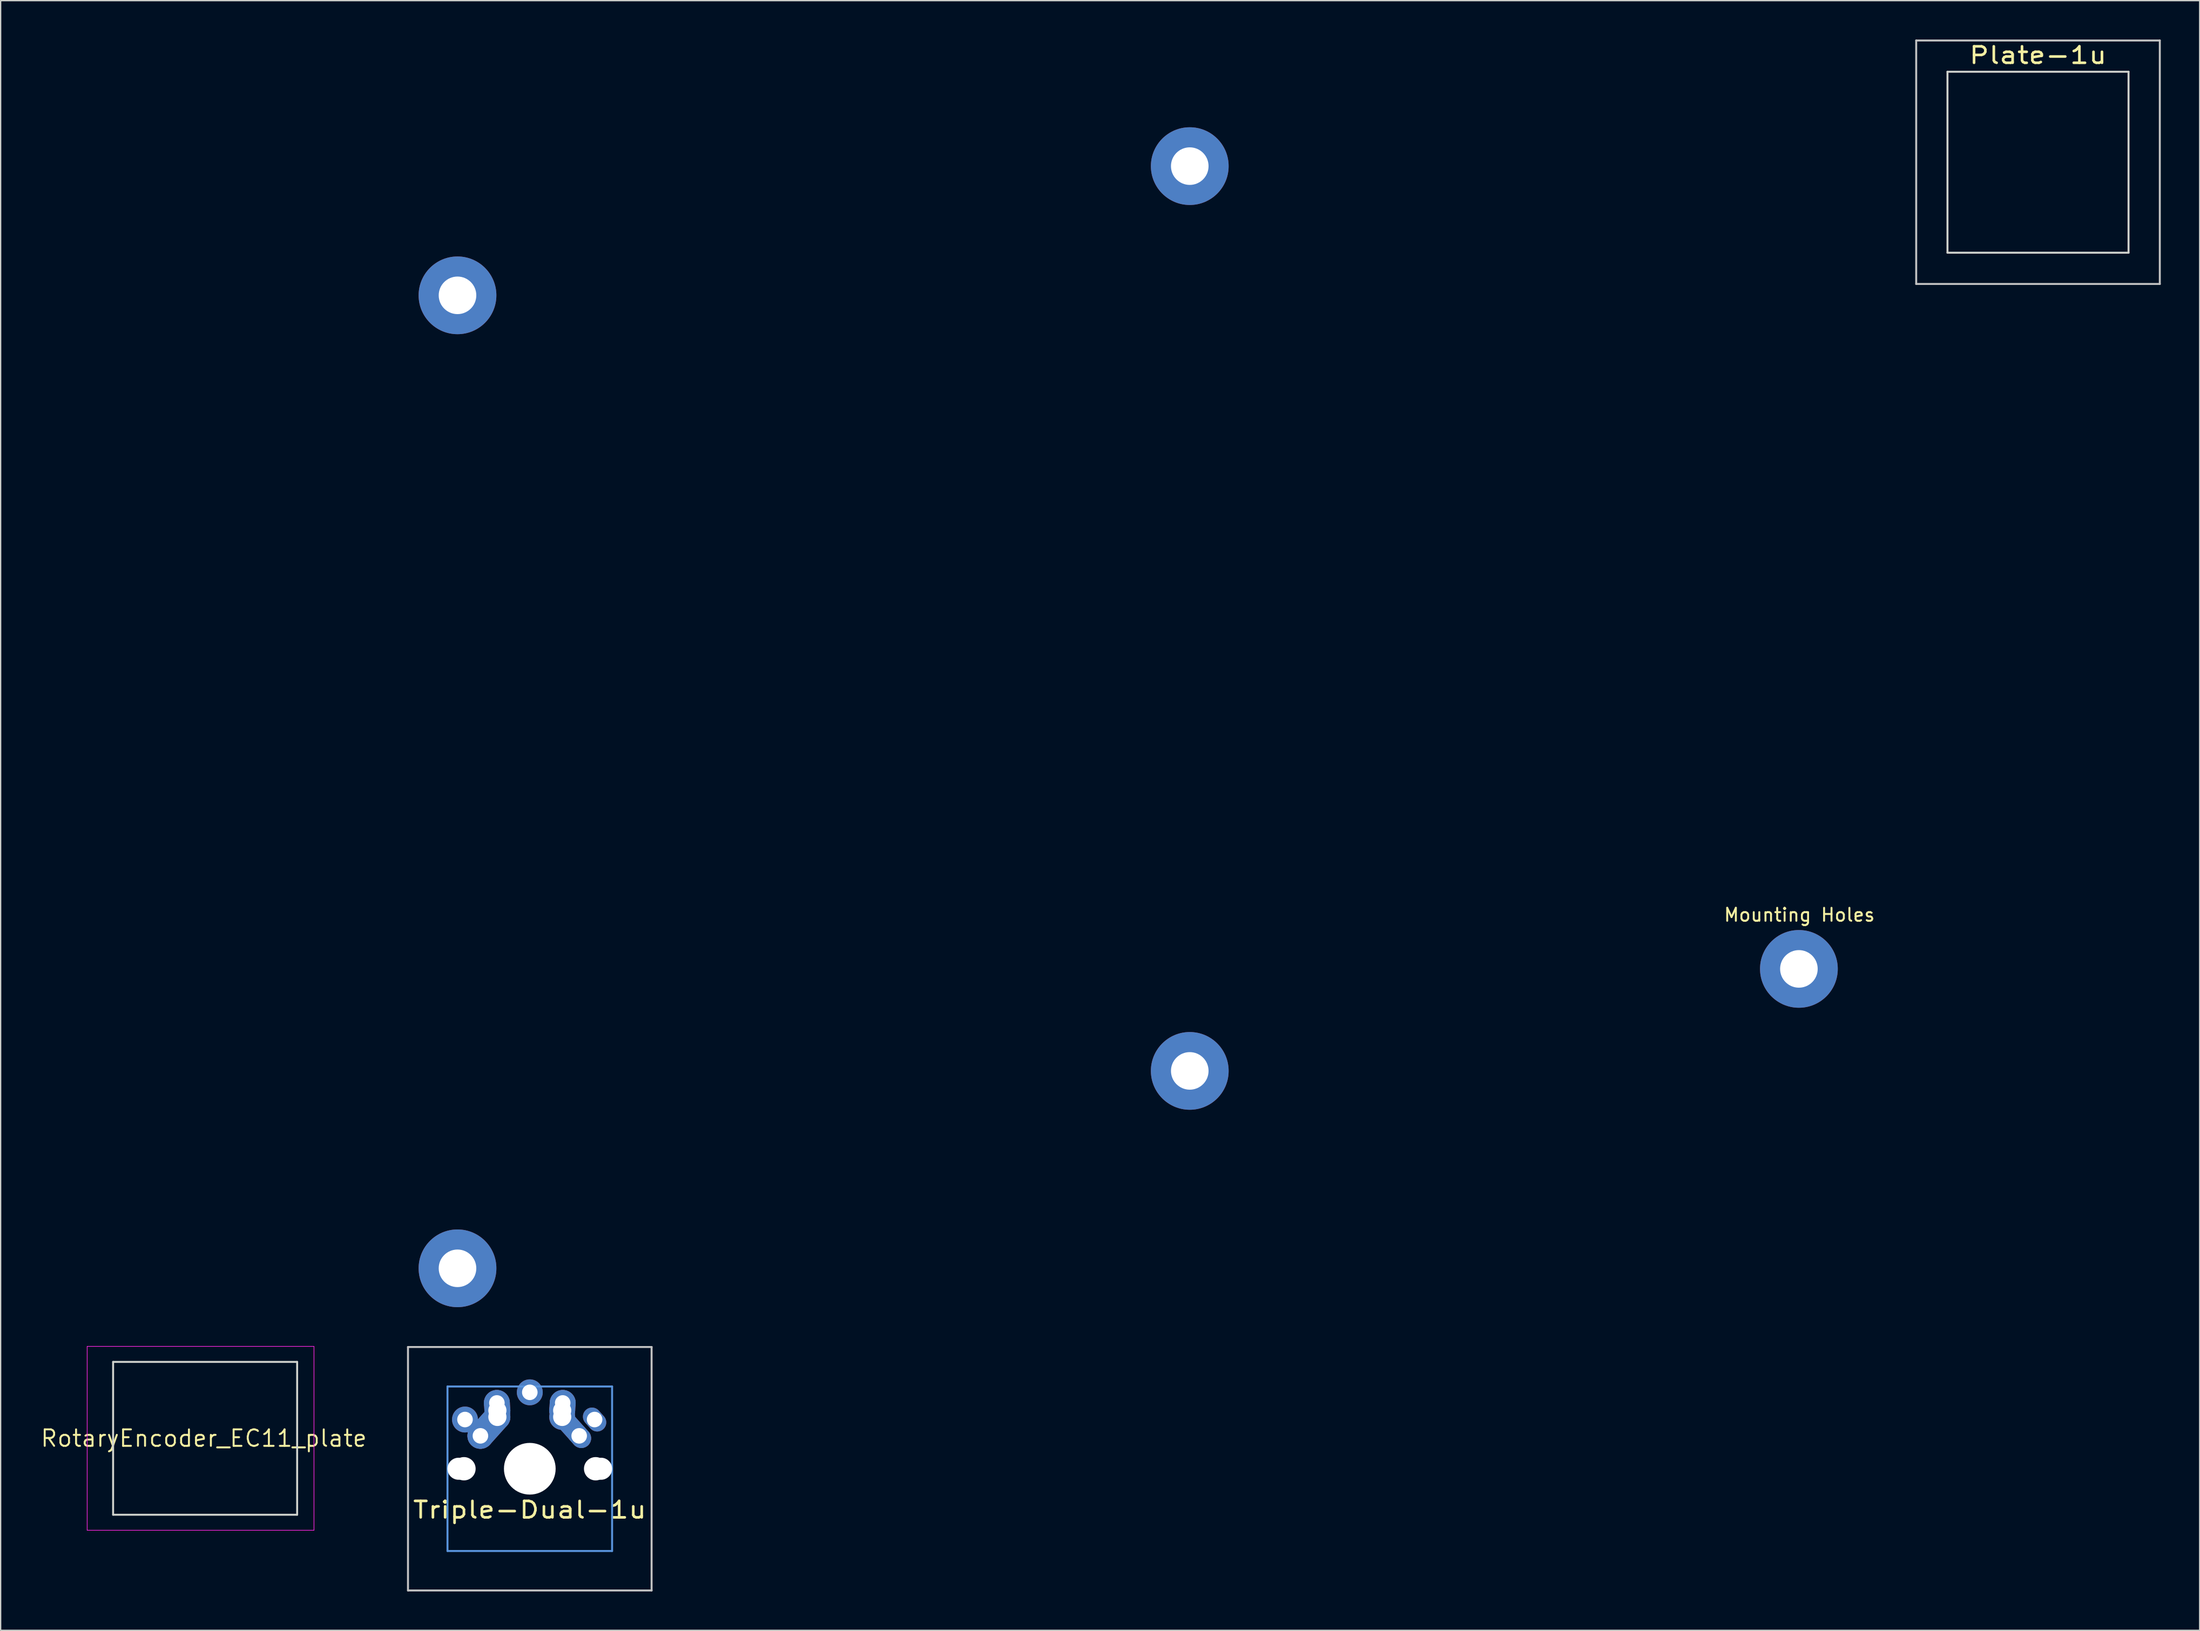
<source format=kicad_pcb>
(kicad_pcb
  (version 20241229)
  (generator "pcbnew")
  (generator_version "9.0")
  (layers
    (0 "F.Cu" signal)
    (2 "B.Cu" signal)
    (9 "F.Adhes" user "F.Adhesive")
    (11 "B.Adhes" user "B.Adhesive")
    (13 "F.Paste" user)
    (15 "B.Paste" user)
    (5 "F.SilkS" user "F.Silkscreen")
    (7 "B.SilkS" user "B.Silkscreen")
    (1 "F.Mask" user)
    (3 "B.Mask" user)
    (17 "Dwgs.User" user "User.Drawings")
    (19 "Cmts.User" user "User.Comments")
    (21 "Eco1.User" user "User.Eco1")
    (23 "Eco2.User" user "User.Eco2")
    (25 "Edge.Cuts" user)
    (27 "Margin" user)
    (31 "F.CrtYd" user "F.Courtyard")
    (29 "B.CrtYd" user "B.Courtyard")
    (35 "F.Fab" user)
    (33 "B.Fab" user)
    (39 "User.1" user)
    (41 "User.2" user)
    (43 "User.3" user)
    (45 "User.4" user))
  (footprint "Mounting Holes"
    (layer "F.Cu")
    (at 0.25 0.25)
    (property "Reference" "Mounting Holes" (at 135.54 67.33 0) (layer "F.SilkS") (effects (font (size 1 1) (thickness 0.15))))
    (attr through_hole)
    (pad "1" thru_hole circle (at 32 19.5) (size 6 6) (drill 2.9) (layers "*.Cu" "*.Mask"))
    (pad "1" thru_hole circle (at 32 94.615) (size 6 6) (drill 2.9) (layers "*.Cu" "*.Mask"))
    (pad "1" thru_hole circle (at 88.5 9.525) (size 6 6) (drill 2.9) (layers "*.Cu" "*.Mask"))
    (pad "1" thru_hole circle (at 88.5 79.375) (size 6 6) (drill 2.9) (layers "*.Cu" "*.Mask"))
    (pad "1" thru_hole circle (at 135.5 71.5) (size 6 6) (drill 2.9) (layers "*.Cu" "*.Mask")))
  (footprint "Plate-1u"
    (layer "F.Cu")
    (at 154.199 9.474)
    (property "Reference" "Plate-1u" (at 0 -8.255 0) (layer "F.SilkS") (effects (font (size 1.27 1.524) (thickness 0.203))))
    (attr through_hole)
    (fp_line (start -9.398 -9.398) (end 9.398 -9.398) (stroke (width 0.152) (type solid)) (layer "Dwgs.User"))
    (fp_line (start -9.398 9.398) (end -9.398 -9.398) (stroke (width 0.152) (type solid)) (layer "Dwgs.User"))
    (fp_line (start 9.398 -9.398) (end 9.398 9.398) (stroke (width 0.152) (type solid)) (layer "Dwgs.User"))
    (fp_line (start 9.398 9.398) (end -9.398 9.398) (stroke (width 0.152) (type solid)) (layer "Dwgs.User"))
    (fp_line (start -6.985 -6.985) (end 6.985 -6.985) (stroke (width 0.152) (type solid)) (layer "Edge.Cuts"))
    (fp_line (start -6.985 6.985) (end -6.985 -6.985) (stroke (width 0.152) (type solid)) (layer "Edge.Cuts"))
    (fp_line (start 6.985 -6.985) (end 6.985 6.985) (stroke (width 0.152) (type solid)) (layer "Edge.Cuts"))
    (fp_line (start 6.985 6.985) (end -6.985 6.985) (stroke (width 0.152) (type solid)) (layer "Edge.Cuts")))
  (footprint "Triple-Dual-1u"
    (layer "F.Cu")
    (at 37.828 110.339)
    (property "Reference" "Triple-Dual-1u" (at 0 3.175 0) (layer "F.SilkS") (effects (font (size 1.27 1.524) (thickness 0.203))))
    (attr through_hole)
    (fp_line (start -9.398 -9.398) (end 9.398 -9.398) (stroke (width 0.152) (type solid)) (layer "Dwgs.User"))
    (fp_line (start -9.398 9.398) (end -9.398 -9.398) (stroke (width 0.152) (type solid)) (layer "Dwgs.User"))
    (fp_line (start 9.398 -9.398) (end 9.398 9.398) (stroke (width 0.152) (type solid)) (layer "Dwgs.User"))
    (fp_line (start 9.398 9.398) (end -9.398 9.398) (stroke (width 0.152) (type solid)) (layer "Dwgs.User"))
    (fp_line (start -6.35 -6.35) (end 6.35 -6.35) (stroke (width 0.152) (type solid)) (layer "Cmts.User"))
    (fp_line (start -6.35 6.35) (end -6.35 -6.35) (stroke (width 0.152) (type solid)) (layer "Cmts.User"))
    (fp_line (start 6.35 -6.35) (end 6.35 6.35) (stroke (width 0.152) (type solid)) (layer "Cmts.User"))
    (fp_line (start 6.35 6.35) (end -6.35 6.35) (stroke (width 0.152) (type solid)) (layer "Cmts.User"))
    (fp_line (start -6.985 -6.985) (end 6.985 -6.985) (stroke (width 0.152) (type solid)) (layer "Eco2.User"))
    (fp_line (start -6.985 6.985) (end -6.985 -6.985) (stroke (width 0.152) (type solid)) (layer "Eco2.User"))
    (fp_line (start 6.985 -6.985) (end 6.985 6.985) (stroke (width 0.152) (type solid)) (layer "Eco2.User"))
    (fp_line (start 6.985 6.985) (end -6.985 6.985) (stroke (width 0.152) (type solid)) (layer "Eco2.User"))
    (pad "" np_thru_hole circle (at -5.5 0) (size 1.7 1.7) (drill 1.7) (layers "*.Cu"))
    (pad "" np_thru_hole circle (at -5.08 0) (size 1.8 1.8) (drill 1.8) (layers "*.Cu"))
    (pad "" np_thru_hole circle (at 0 0) (size 3.988 3.988) (drill 3.988) (layers "*.Cu"))
    (pad "" np_thru_hole circle (at 5.08 0) (size 1.8 1.8) (drill 1.8) (layers "*.Cu"))
    (pad "" np_thru_hole circle (at 5.5 0) (size 1.7 1.7) (drill 1.7) (layers "*.Cu"))
    (pad "1" thru_hole circle (at -5 -3.8 138.1) (size 2 2) (drill 1.2) (layers "*.Cu" "*.Mask"))
    (pad "1" thru_hole circle (at -3.81 -2.54) (size 2 2) (drill oval 1.2) (layers "*.Cu" "*.Mask"))
    (pad "1" smd oval (at -3.155 -3.27 138.1) (size 2 3.962) (layers "F.Cu" "F.Mask" "F.Paste"))
    (pad "1" smd oval (at -3.155 -3.27 138.1) (size 2 3.962) (layers "B.Cu" "B.Mask" "B.Paste"))
    (pad "1" thru_hole circle (at -2.54 -5.08 330.95) (size 2 2) (drill 1.2) (layers "*.Cu" "*.Mask"))
    (pad "1" smd oval (at -2.52 -4.79 3.945) (size 2 2.581) (layers "F.Cu" "F.Mask" "F.Paste"))
    (pad "1" smd oval (at -2.52 -4.79 3.945) (size 2 2.581) (layers "B.Cu" "B.Mask" "B.Paste"))
    (pad "1" thru_hole circle (at -2.5 -4.5 330.95) (size 2 2) (drill 1.4) (layers "*.Cu" "*.Mask"))
    (pad "1" thru_hole circle (at -2.5 -4 330.95) (size 2 2) (drill 1.4) (layers "*.Cu" "*.Mask"))
    (pad "1" thru_hole oval (at 5 -3.8 221.9) (size 1.4 2) (drill 1.2) (layers "*.Cu" "*.Mask"))
    (pad "2" thru_hole circle (at 0 -5.9) (size 2 2) (drill 1.2) (layers "*.Cu" "*.Mask"))
    (pad "2" thru_hole circle (at 2.5 -4.5 330.95) (size 2 2) (drill 1.4) (layers "*.Cu" "*.Mask"))
    (pad "2" thru_hole circle (at 2.5 -4) (size 2 2) (drill 1.4) (layers "*.Cu" "*.Mask"))
    (pad "2" smd oval (at 2.52 -4.79 356.055) (size 2 2.581) (layers "F.Cu" "F.Mask" "F.Paste"))
    (pad "2" smd oval (at 2.52 -4.79 356.055) (size 2 2.581) (layers "B.Cu" "B.Mask" "B.Paste"))
    (pad "2" thru_hole circle (at 2.54 -5.08 330.95) (size 2 2) (drill 1.2) (layers "*.Cu" "*.Mask"))
    (pad "2" smd oval (at 3.155 -3.27 221.9) (size 1.5 3.962) (layers "F.Cu" "F.Mask" "F.Paste"))
    (pad "2" smd oval (at 3.155 -3.27 221.9) (size 1.5 3.962) (layers "B.Cu" "B.Mask" "B.Paste"))
    (pad "2" thru_hole oval (at 3.81 -2.54 311.9) (size 2 1.5) (drill 1.2) (layers "*.Cu" "*.Mask")))
  (footprint "RotaryEncoder_EC11_plate"
    (layer "F.Cu")
    (at 12.677 107.99)
    (property "Reference" "RotaryEncoder_EC11_plate" (at 0 0 0) (layer "F.SilkS") (effects (font (size 1.27 1.27) (thickness 0.15))))
    (attr through_hole)
    (fp_line (start -7 -5.9) (end 7.2 -5.9) (stroke (width 0.15) (type solid)) (layer "Edge.Cuts"))
    (fp_line (start -7 5.9) (end -7 -5.9) (stroke (width 0.15) (type solid)) (layer "Edge.Cuts"))
    (fp_line (start 7.2 -5.9) (end 7.2 5.9) (stroke (width 0.15) (type solid)) (layer "Edge.Cuts"))
    (fp_line (start 7.2 5.9) (end -7 5.9) (stroke (width 0.15) (type solid)) (layer "Edge.Cuts"))
    (fp_line (start -9 -7.1) (end -9 7.1) (stroke (width 0.05) (type solid)) (layer "F.CrtYd"))
    (fp_line (start -9 -7.1) (end 8.5 -7.1) (stroke (width 0.05) (type solid)) (layer "F.CrtYd"))
    (fp_line (start 8.5 7.1) (end -9 7.1) (stroke (width 0.05) (type solid)) (layer "F.CrtYd"))
    (fp_line (start 8.5 7.1) (end 8.5 -7.1) (stroke (width 0.05) (type solid)) (layer "F.CrtYd")))
  (gr_rect
    (start -3 -3)
    (end 166.673 122.813)
    (stroke (width 0.1) (type default))
    (fill no)
    (layer "Edge.Cuts")))
</source>
